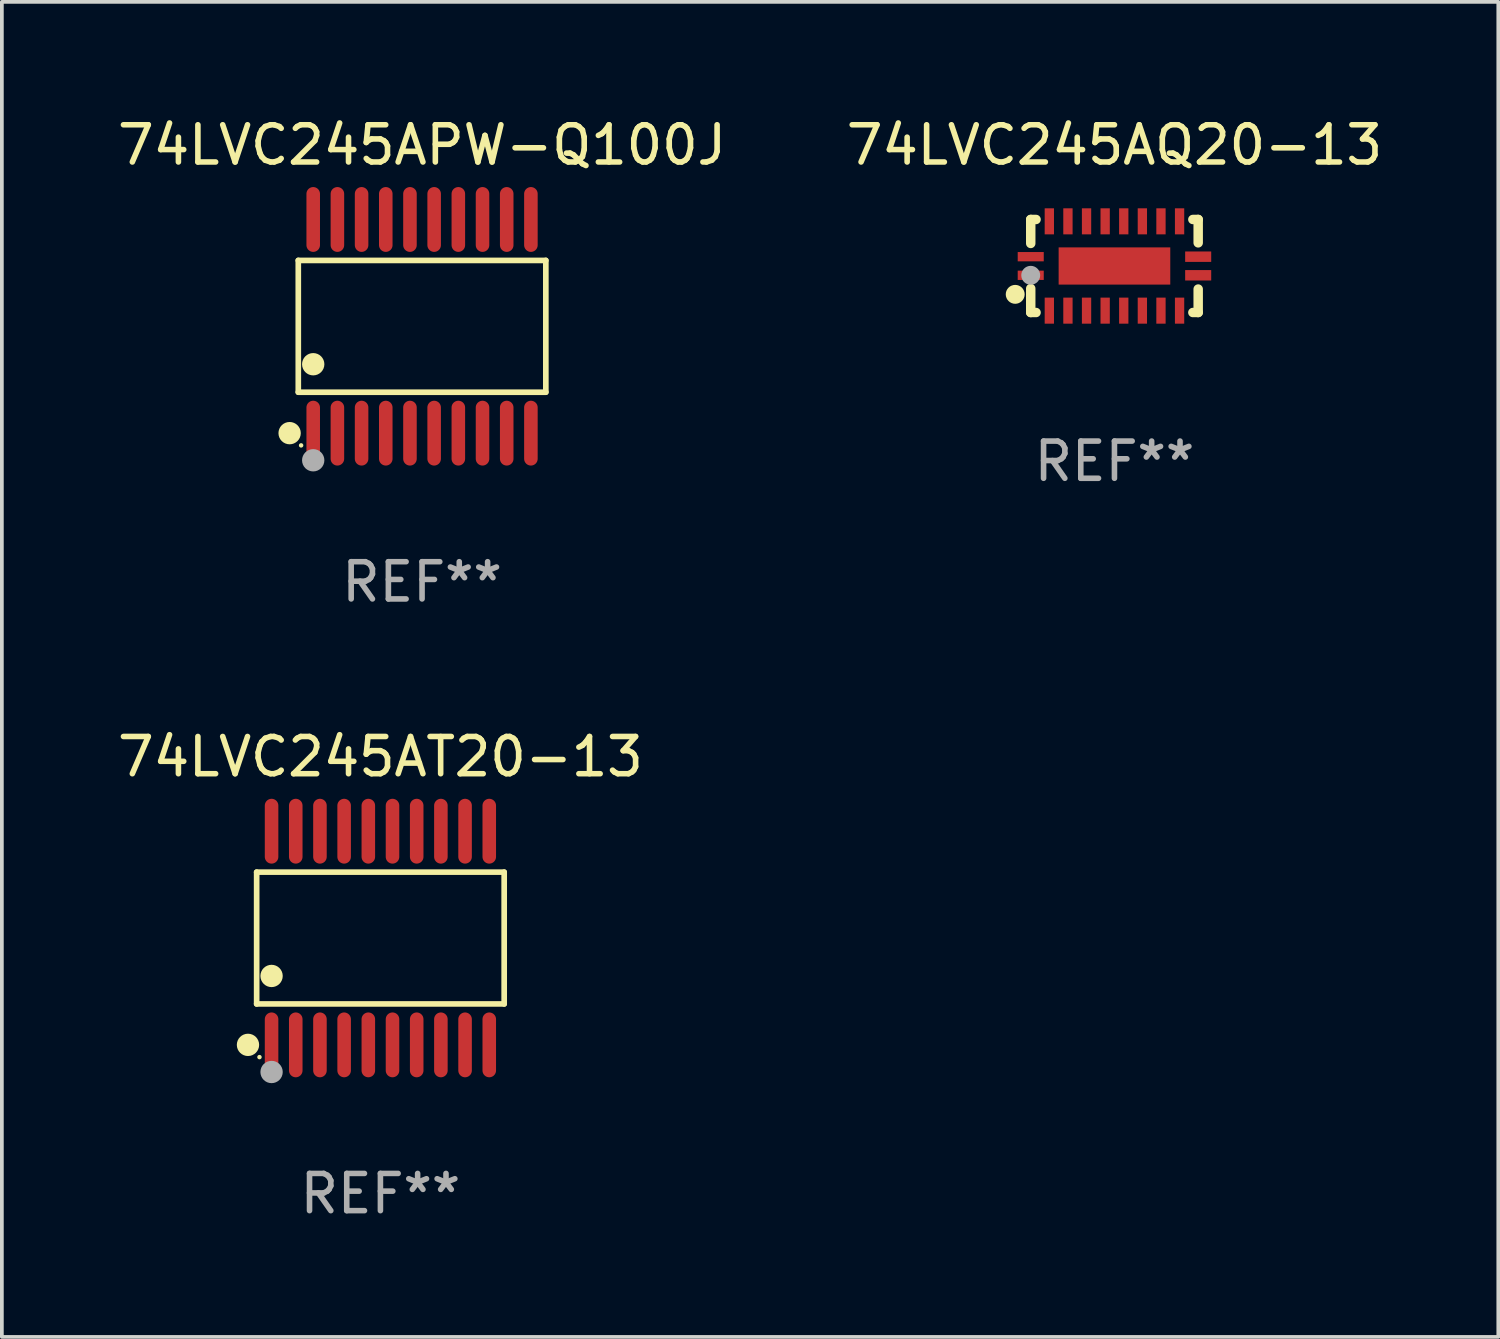
<source format=kicad_pcb>
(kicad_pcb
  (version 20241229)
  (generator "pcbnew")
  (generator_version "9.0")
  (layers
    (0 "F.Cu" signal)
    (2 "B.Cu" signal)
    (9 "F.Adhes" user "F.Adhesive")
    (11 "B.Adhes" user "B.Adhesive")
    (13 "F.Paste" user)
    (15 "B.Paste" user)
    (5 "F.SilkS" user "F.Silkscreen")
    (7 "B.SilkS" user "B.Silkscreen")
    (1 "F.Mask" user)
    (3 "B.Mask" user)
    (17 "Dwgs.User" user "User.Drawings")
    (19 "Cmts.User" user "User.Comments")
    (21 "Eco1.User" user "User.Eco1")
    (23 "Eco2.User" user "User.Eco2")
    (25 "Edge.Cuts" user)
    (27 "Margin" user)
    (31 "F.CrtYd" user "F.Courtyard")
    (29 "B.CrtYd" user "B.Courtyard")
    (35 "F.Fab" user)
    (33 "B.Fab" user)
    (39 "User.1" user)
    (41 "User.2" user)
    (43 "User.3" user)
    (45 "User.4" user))
  (footprint "74LVC245AQ20-13"
    (layer "F.Cu")
    (at 26.899 4.098)
    (property "Reference" "74LVC245AQ20-13" (at 0 -3.25 0) (layer "F.SilkS") (effects (font (size 1 1) (thickness 0.15))))
    (attr through_hole)
    (fp_line (start -2.25 0.605) (end -2.25 1.25) (stroke (width 0.254) (type solid)) (layer "F.SilkS"))
    (fp_line (start -2.25 1.25) (end -2.107 1.25) (stroke (width 0.254) (type solid)) (layer "F.SilkS"))
    (fp_line (start -2.25 -1.25) (end -2.25 -0.606) (stroke (width 0.254) (type solid)) (layer "F.SilkS"))
    (fp_line (start -2.25 -1.25) (end -2.107 -1.25) (stroke (width 0.254) (type solid)) (layer "F.SilkS"))
    (fp_line (start 2.107 -1.25) (end 2.25 -1.25) (stroke (width 0.254) (type solid)) (layer "F.SilkS"))
    (fp_line (start 2.107 1.25) (end 2.25 1.25) (stroke (width 0.254) (type solid)) (layer "F.SilkS"))
    (fp_line (start 2.25 -1.25) (end 2.25 -0.622) (stroke (width 0.254) (type solid)) (layer "F.SilkS"))
    (fp_line (start 2.25 0.62) (end 2.25 1.25) (stroke (width 0.254) (type solid)) (layer "F.SilkS"))
    (fp_circle (center -2.667 0.762) (end -2.54 0.762) (stroke (width 0.254) (type solid)) (fill no) (layer "F.SilkS"))
    (fp_circle (center -2.25 1.25) (end -2.22 1.25) (stroke (width 0.06) (type solid)) (fill no) (layer "F.SilkS"))
    (fp_circle (center -2.25 0.25) (end -2.123 0.25) (stroke (width 0.254) (type solid)) (fill no) (layer "F.Fab"))
    (fp_text user "REF**" (at 0 5.25 0) (layer "F.Fab") (effects (font (size 1 1) (thickness 0.15))))
    (pad "1" smd rect (at -2.25 0.25 180) (size 0.7 0.25) (layers "F.Cu" "F.Mask" "F.Paste"))
    (pad "2" smd rect (at -1.75 1.2 90) (size 0.7 0.25) (layers "F.Cu" "F.Mask" "F.Paste"))
    (pad "3" smd rect (at -1.25 1.2 90) (size 0.7 0.25) (layers "F.Cu" "F.Mask" "F.Paste"))
    (pad "4" smd rect (at -0.75 1.2 90) (size 0.7 0.25) (layers "F.Cu" "F.Mask" "F.Paste"))
    (pad "5" smd rect (at -0.25 1.2 90) (size 0.7 0.25) (layers "F.Cu" "F.Mask" "F.Paste"))
    (pad "6" smd rect (at 0.25 1.2 90) (size 0.7 0.25) (layers "F.Cu" "F.Mask" "F.Paste"))
    (pad "7" smd rect (at 0.75 1.2 90) (size 0.7 0.25) (layers "F.Cu" "F.Mask" "F.Paste"))
    (pad "8" smd rect (at 1.25 1.2 90) (size 0.7 0.25) (layers "F.Cu" "F.Mask" "F.Paste"))
    (pad "9" smd rect (at 1.75 1.2 90) (size 0.7 0.25) (layers "F.Cu" "F.Mask" "F.Paste"))
    (pad "10" smd rect (at 2.25 0.25 180) (size 0.7 0.28) (layers "F.Cu" "F.Mask" "F.Paste"))
    (pad "11" smd rect (at 2.25 -0.25 180) (size 0.7 0.28) (layers "F.Cu" "F.Mask" "F.Paste"))
    (pad "12" smd rect (at 1.75 -1.2 90) (size 0.7 0.25) (layers "F.Cu" "F.Mask" "F.Paste"))
    (pad "13" smd rect (at 1.25 -1.2 90) (size 0.7 0.25) (layers "F.Cu" "F.Mask" "F.Paste"))
    (pad "14" smd rect (at 0.75 -1.2 90) (size 0.7 0.25) (layers "F.Cu" "F.Mask" "F.Paste"))
    (pad "15" smd rect (at 0.25 -1.2 90) (size 0.7 0.25) (layers "F.Cu" "F.Mask" "F.Paste"))
    (pad "16" smd rect (at -0.25 -1.2 90) (size 0.7 0.25) (layers "F.Cu" "F.Mask" "F.Paste"))
    (pad "17" smd rect (at -0.75 -1.2 90) (size 0.7 0.25) (layers "F.Cu" "F.Mask" "F.Paste"))
    (pad "18" smd rect (at -1.25 -1.2 90) (size 0.7 0.25) (layers "F.Cu" "F.Mask" "F.Paste"))
    (pad "19" smd rect (at -1.75 -1.2 90) (size 0.7 0.25) (layers "F.Cu" "F.Mask" "F.Paste"))
    (pad "20" smd rect (at -2.25 -0.25 180) (size 0.7 0.25) (layers "F.Cu" "F.Mask" "F.Paste"))
    (pad "21" smd rect (at 0 -0.000013 180) (size 3 1) (layers "F.Cu" "F.Mask" "F.Paste")))
  (footprint "74LVC245AT20-13"
    (layer "F.Cu")
    (at 7.173 22.158)
    (property "Reference" "74LVC245AT20-13" (at 0 -4.871 0) (layer "F.SilkS") (effects (font (size 1 1) (thickness 0.15))))
    (attr through_hole)
    (fp_line (start -3.326 -1.771) (end 3.326 -1.771) (stroke (width 0.152) (type solid)) (layer "F.SilkS"))
    (fp_line (start -3.326 1.771) (end -3.326 -1.771) (stroke (width 0.152) (type solid)) (layer "F.SilkS"))
    (fp_line (start 3.326 -1.771) (end 3.326 1.771) (stroke (width 0.152) (type solid)) (layer "F.SilkS"))
    (fp_line (start 3.326 1.771) (end -3.326 1.771) (stroke (width 0.152) (type solid)) (layer "F.SilkS"))
    (fp_circle (center -3.559 2.871) (end -3.409 2.871) (stroke (width 0.3) (type solid)) (fill no) (layer "F.SilkS"))
    (fp_circle (center -3.25 3.2) (end -3.22 3.2) (stroke (width 0.06) (type solid)) (fill no) (layer "F.SilkS"))
    (fp_circle (center -2.925 1.019) (end -2.775 1.019) (stroke (width 0.3) (type solid)) (fill no) (layer "F.SilkS"))
    (fp_circle (center -2.925 3.6) (end -2.775 3.6) (stroke (width 0.3) (type solid)) (fill no) (layer "F.Fab"))
    (fp_text user "REF**" (at 0 6.871 0) (layer "F.Fab") (effects (font (size 1 1) (thickness 0.15))))
    (pad "1" smd oval (at -2.925 2.871) (size 0.364 1.742) (layers "F.Cu" "F.Mask" "F.Paste"))
    (pad "2" smd oval (at -2.275 2.871) (size 0.364 1.742) (layers "F.Cu" "F.Mask" "F.Paste"))
    (pad "3" smd oval (at -1.625 2.871) (size 0.364 1.742) (layers "F.Cu" "F.Mask" "F.Paste"))
    (pad "4" smd oval (at -0.975 2.871) (size 0.364 1.742) (layers "F.Cu" "F.Mask" "F.Paste"))
    (pad "5" smd oval (at -0.325 2.871) (size 0.364 1.742) (layers "F.Cu" "F.Mask" "F.Paste"))
    (pad "6" smd oval (at 0.325 2.871) (size 0.364 1.742) (layers "F.Cu" "F.Mask" "F.Paste"))
    (pad "7" smd oval (at 0.975 2.871) (size 0.364 1.742) (layers "F.Cu" "F.Mask" "F.Paste"))
    (pad "8" smd oval (at 1.625 2.871) (size 0.364 1.742) (layers "F.Cu" "F.Mask" "F.Paste"))
    (pad "9" smd oval (at 2.275 2.871) (size 0.364 1.742) (layers "F.Cu" "F.Mask" "F.Paste"))
    (pad "10" smd oval (at 2.925 2.871) (size 0.364 1.742) (layers "F.Cu" "F.Mask" "F.Paste"))
    (pad "11" smd oval (at 2.925 -2.871) (size 0.364 1.742) (layers "F.Cu" "F.Mask" "F.Paste"))
    (pad "12" smd oval (at 2.275 -2.871) (size 0.364 1.742) (layers "F.Cu" "F.Mask" "F.Paste"))
    (pad "13" smd oval (at 1.625 -2.871) (size 0.364 1.742) (layers "F.Cu" "F.Mask" "F.Paste"))
    (pad "14" smd oval (at 0.975 -2.871) (size 0.364 1.742) (layers "F.Cu" "F.Mask" "F.Paste"))
    (pad "15" smd oval (at 0.325 -2.871) (size 0.364 1.742) (layers "F.Cu" "F.Mask" "F.Paste"))
    (pad "16" smd oval (at -0.325 -2.871) (size 0.364 1.742) (layers "F.Cu" "F.Mask" "F.Paste"))
    (pad "17" smd oval (at -0.975 -2.871) (size 0.364 1.742) (layers "F.Cu" "F.Mask" "F.Paste"))
    (pad "18" smd oval (at -1.625 -2.871) (size 0.364 1.742) (layers "F.Cu" "F.Mask" "F.Paste"))
    (pad "19" smd oval (at -2.275 -2.871) (size 0.364 1.742) (layers "F.Cu" "F.Mask" "F.Paste"))
    (pad "20" smd oval (at -2.925 -2.871) (size 0.364 1.742) (layers "F.Cu" "F.Mask" "F.Paste")))
  (footprint "74LVC245APW-Q100J"
    (layer "F.Cu")
    (at 8.292 5.719)
    (property "Reference" "74LVC245APW-Q100J" (at 0 -4.871 0) (layer "F.SilkS") (effects (font (size 1 1) (thickness 0.15))))
    (attr through_hole)
    (fp_line (start -3.326 -1.771) (end 3.326 -1.771) (stroke (width 0.152) (type solid)) (layer "F.SilkS"))
    (fp_line (start -3.326 1.771) (end -3.326 -1.771) (stroke (width 0.152) (type solid)) (layer "F.SilkS"))
    (fp_line (start 3.326 -1.771) (end 3.326 1.771) (stroke (width 0.152) (type solid)) (layer "F.SilkS"))
    (fp_line (start 3.326 1.771) (end -3.326 1.771) (stroke (width 0.152) (type solid)) (layer "F.SilkS"))
    (fp_circle (center -3.559 2.871) (end -3.409 2.871) (stroke (width 0.3) (type solid)) (fill no) (layer "F.SilkS"))
    (fp_circle (center -3.25 3.2) (end -3.22 3.2) (stroke (width 0.06) (type solid)) (fill no) (layer "F.SilkS"))
    (fp_circle (center -2.925 1.019) (end -2.775 1.019) (stroke (width 0.3) (type solid)) (fill no) (layer "F.SilkS"))
    (fp_circle (center -2.925 3.6) (end -2.775 3.6) (stroke (width 0.3) (type solid)) (fill no) (layer "F.Fab"))
    (fp_text user "REF**" (at 0 6.871 0) (layer "F.Fab") (effects (font (size 1 1) (thickness 0.15))))
    (pad "1" smd oval (at -2.925 2.871) (size 0.364 1.742) (layers "F.Cu" "F.Mask" "F.Paste"))
    (pad "2" smd oval (at -2.275 2.871) (size 0.364 1.742) (layers "F.Cu" "F.Mask" "F.Paste"))
    (pad "3" smd oval (at -1.625 2.871) (size 0.364 1.742) (layers "F.Cu" "F.Mask" "F.Paste"))
    (pad "4" smd oval (at -0.975 2.871) (size 0.364 1.742) (layers "F.Cu" "F.Mask" "F.Paste"))
    (pad "5" smd oval (at -0.325 2.871) (size 0.364 1.742) (layers "F.Cu" "F.Mask" "F.Paste"))
    (pad "6" smd oval (at 0.325 2.871) (size 0.364 1.742) (layers "F.Cu" "F.Mask" "F.Paste"))
    (pad "7" smd oval (at 0.975 2.871) (size 0.364 1.742) (layers "F.Cu" "F.Mask" "F.Paste"))
    (pad "8" smd oval (at 1.625 2.871) (size 0.364 1.742) (layers "F.Cu" "F.Mask" "F.Paste"))
    (pad "9" smd oval (at 2.275 2.871) (size 0.364 1.742) (layers "F.Cu" "F.Mask" "F.Paste"))
    (pad "10" smd oval (at 2.925 2.871) (size 0.364 1.742) (layers "F.Cu" "F.Mask" "F.Paste"))
    (pad "11" smd oval (at 2.925 -2.871) (size 0.364 1.742) (layers "F.Cu" "F.Mask" "F.Paste"))
    (pad "12" smd oval (at 2.275 -2.871) (size 0.364 1.742) (layers "F.Cu" "F.Mask" "F.Paste"))
    (pad "13" smd oval (at 1.625 -2.871) (size 0.364 1.742) (layers "F.Cu" "F.Mask" "F.Paste"))
    (pad "14" smd oval (at 0.975 -2.871) (size 0.364 1.742) (layers "F.Cu" "F.Mask" "F.Paste"))
    (pad "15" smd oval (at 0.325 -2.871) (size 0.364 1.742) (layers "F.Cu" "F.Mask" "F.Paste"))
    (pad "16" smd oval (at -0.325 -2.871) (size 0.364 1.742) (layers "F.Cu" "F.Mask" "F.Paste"))
    (pad "17" smd oval (at -0.975 -2.871) (size 0.364 1.742) (layers "F.Cu" "F.Mask" "F.Paste"))
    (pad "18" smd oval (at -1.625 -2.871) (size 0.364 1.742) (layers "F.Cu" "F.Mask" "F.Paste"))
    (pad "19" smd oval (at -2.275 -2.871) (size 0.364 1.742) (layers "F.Cu" "F.Mask" "F.Paste"))
    (pad "20" smd oval (at -2.925 -2.871) (size 0.364 1.742) (layers "F.Cu" "F.Mask" "F.Paste")))
  (gr_rect
    (start -3 -3)
    (end 37.214 32.877)
    (stroke (width 0.1) (type default))
    (fill no)
    (layer "Edge.Cuts")))
</source>
